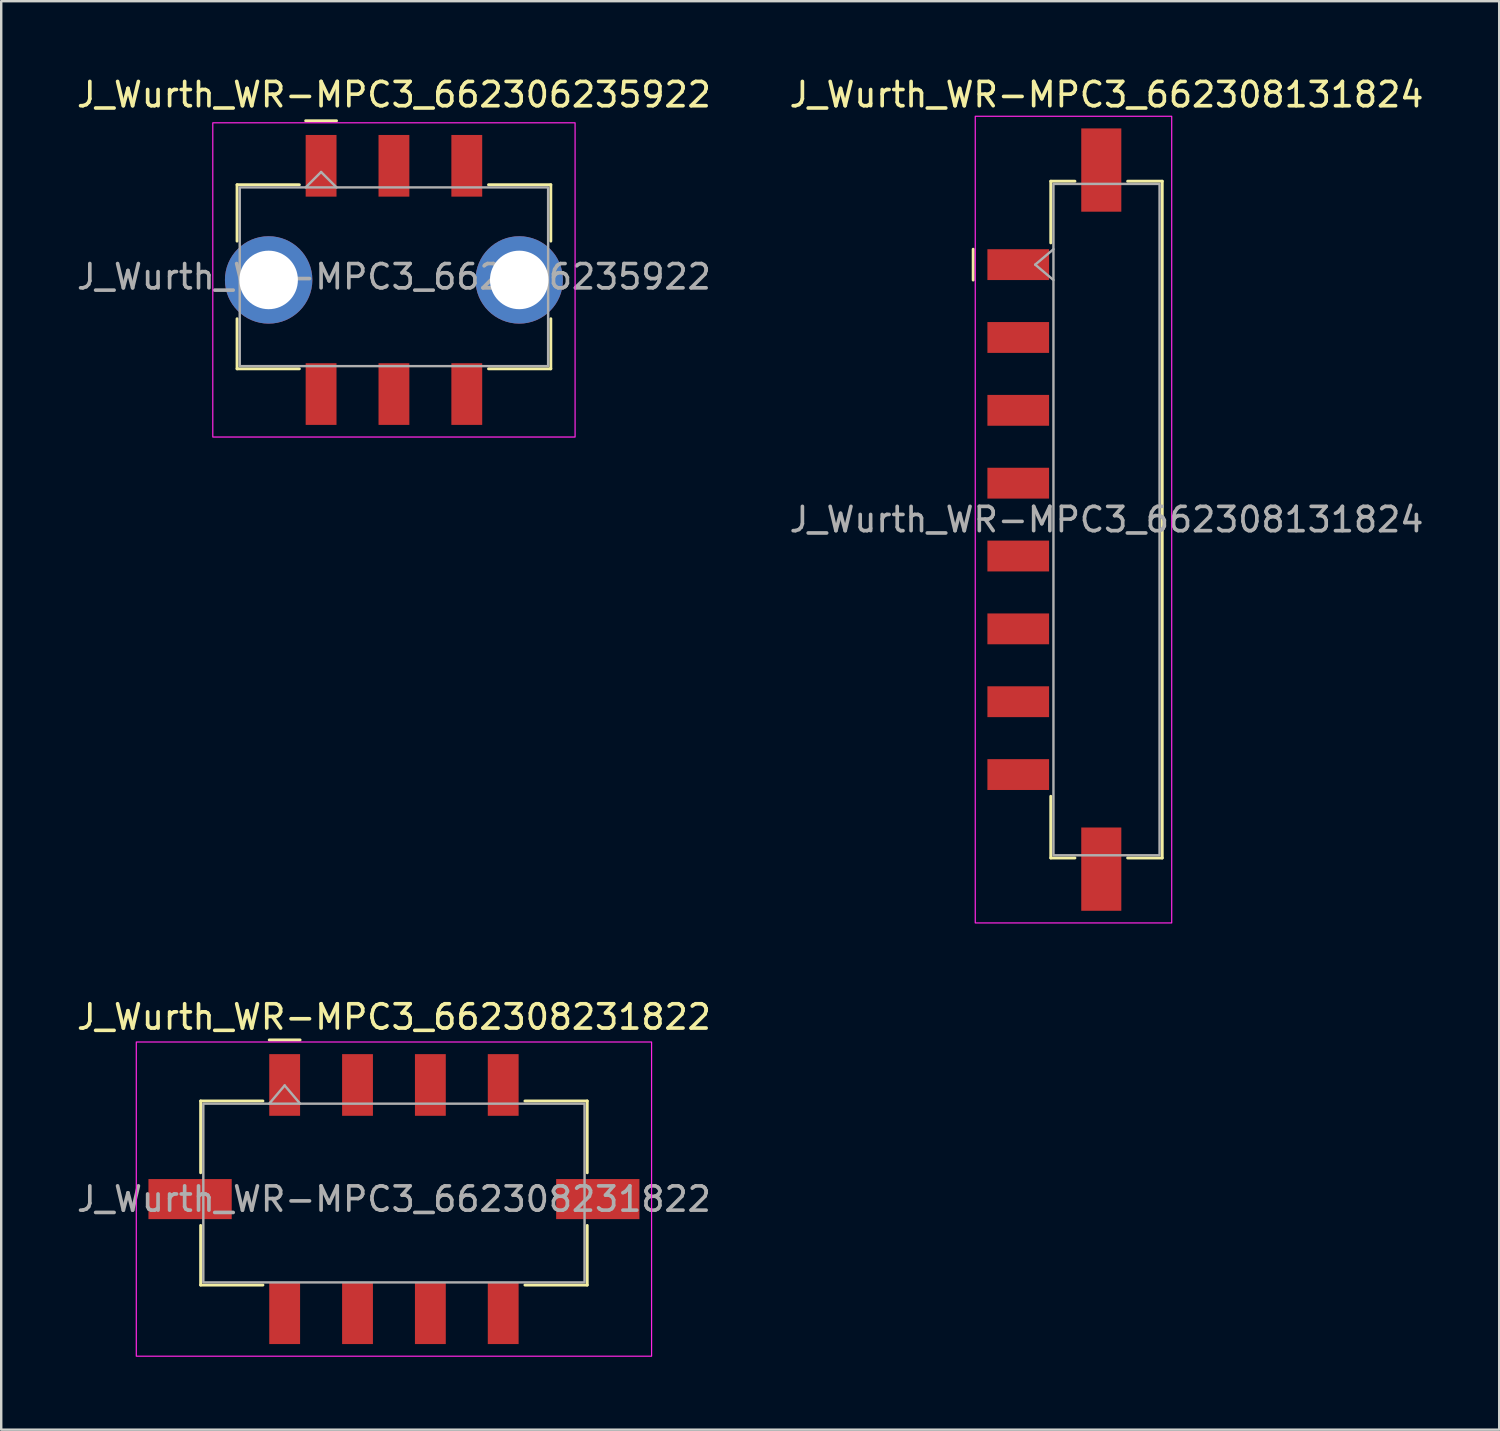
<source format=kicad_pcb>
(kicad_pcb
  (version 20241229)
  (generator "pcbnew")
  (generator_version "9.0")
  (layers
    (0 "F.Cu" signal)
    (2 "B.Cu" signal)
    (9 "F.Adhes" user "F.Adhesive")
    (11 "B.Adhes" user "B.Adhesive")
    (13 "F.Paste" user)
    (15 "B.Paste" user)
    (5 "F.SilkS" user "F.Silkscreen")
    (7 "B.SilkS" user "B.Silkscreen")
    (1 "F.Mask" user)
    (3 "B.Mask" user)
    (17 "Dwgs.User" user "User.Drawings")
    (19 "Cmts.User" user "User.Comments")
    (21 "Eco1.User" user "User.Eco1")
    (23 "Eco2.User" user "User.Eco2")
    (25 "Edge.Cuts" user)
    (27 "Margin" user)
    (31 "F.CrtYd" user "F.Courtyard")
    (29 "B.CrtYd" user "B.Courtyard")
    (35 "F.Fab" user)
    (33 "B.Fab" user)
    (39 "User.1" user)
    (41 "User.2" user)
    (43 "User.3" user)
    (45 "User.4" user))
  (footprint "J_Wurth_WR-MPC3_662308131824"
    (layer "F.Cu")
    (at 42.518 18.348)
    (property "Reference" "J_Wurth_WR-MPC3_662308131824" (at 0 -17.5 0) (unlocked yes) (layer "F.SilkS") (effects (font (size 1 1) (thickness 0.15))))
    (attr smd)
    (fp_line (start -5.49 -9.865) (end -5.49 -11.135) (stroke (width 0.12) (type solid)) (layer "F.SilkS"))
    (fp_line (start -2.295 -13.935) (end -2.295 -11.395) (stroke (width 0.12) (type solid)) (layer "F.SilkS"))
    (fp_line (start -2.295 -13.935) (end -1.3 -13.935) (stroke (width 0.12) (type solid)) (layer "F.SilkS"))
    (fp_line (start -2.295 13.935) (end -2.295 11.395) (stroke (width 0.12) (type default)) (layer "F.SilkS"))
    (fp_line (start -2.295 13.935) (end -1.3 13.935) (stroke (width 0.12) (type solid)) (layer "F.SilkS"))
    (fp_line (start 2.295 -13.935) (end 0.87 -13.935) (stroke (width 0.12) (type default)) (layer "F.SilkS"))
    (fp_line (start 2.295 -13.935) (end 2.295 13.935) (stroke (width 0.12) (type solid)) (layer "F.SilkS"))
    (fp_line (start 2.295 13.935) (end 0.87 13.935) (stroke (width 0.12) (type default)) (layer "F.SilkS"))
    (fp_rect (start -5.405 -16.61) (end 2.685 16.61) (stroke (width 0.05) (type solid)) (fill no) (layer "F.CrtYd"))
    (fp_line (start -2.935 -10.5) (end -2.185 -11.135) (stroke (width 0.1) (type solid)) (layer "F.Fab"))
    (fp_line (start -2.935 -10.5) (end -2.185 -9.865) (stroke (width 0.1) (type solid)) (layer "F.Fab"))
    (fp_rect (start -2.185 -13.825) (end 2.185 13.825) (stroke (width 0.1) (type solid)) (fill no) (layer "F.Fab"))
    (fp_text user "${REFERENCE}" (at 0 0 0) (unlocked yes) (layer "F.Fab") (effects (font (size 1 1) (thickness 0.15))))
    (pad "1" smd rect (at -3.635 -10.5 90) (size 1.27 2.54) (layers "F.Cu" "F.Mask" "F.Paste"))
    (pad "2" smd rect (at -3.635 -7.5 90) (size 1.27 2.54) (layers "F.Cu" "F.Mask" "F.Paste"))
    (pad "3" smd rect (at -3.635 -4.5 90) (size 1.27 2.54) (layers "F.Cu" "F.Mask" "F.Paste"))
    (pad "4" smd rect (at -3.635 -1.5 90) (size 1.27 2.54) (layers "F.Cu" "F.Mask" "F.Paste"))
    (pad "5" smd rect (at -3.635 1.5 90) (size 1.27 2.54) (layers "F.Cu" "F.Mask" "F.Paste"))
    (pad "6" smd rect (at -3.635 4.5 90) (size 1.27 2.54) (layers "F.Cu" "F.Mask" "F.Paste"))
    (pad "7" smd rect (at -3.635 7.5 90) (size 1.27 2.54) (layers "F.Cu" "F.Mask" "F.Paste"))
    (pad "8" smd rect (at -3.635 10.5 90) (size 1.27 2.54) (layers "F.Cu" "F.Mask" "F.Paste"))
    (pad "MP1" smd rect (at -0.215 14.395 90) (size 3.43 1.65) (layers "F.Cu" "F.Mask" "F.Paste"))
    (pad "MP2" smd rect (at -0.215 -14.395 90) (size 3.43 1.65) (layers "F.Cu" "F.Mask" "F.Paste")))
  (footprint "J_Wurth_WR-MPC3_662308231822"
    (layer "F.Cu")
    (at 13.173 46.331)
    (property "Reference" "J_Wurth_WR-MPC3_662308231822" (at 0 -7.5 0) (unlocked yes) (layer "F.SilkS") (effects (font (size 1 1) (thickness 0.15))))
    (attr smd)
    (fp_line (start -7.96 -4.04) (end -5.395 -4.04) (stroke (width 0.12) (type solid)) (layer "F.SilkS"))
    (fp_line (start -7.96 -1.085) (end -7.96 -4.04) (stroke (width 0.12) (type solid)) (layer "F.SilkS"))
    (fp_line (start -7.96 3.54) (end -7.96 1.085) (stroke (width 0.12) (type solid)) (layer "F.SilkS"))
    (fp_line (start -7.96 3.54) (end -5.395 3.54) (stroke (width 0.12) (type solid)) (layer "F.SilkS"))
    (fp_line (start -5.135 -6.555) (end -3.865 -6.555) (stroke (width 0.12) (type solid)) (layer "F.SilkS"))
    (fp_line (start 5.395 -4.04) (end 7.96 -4.04) (stroke (width 0.12) (type solid)) (layer "F.SilkS"))
    (fp_line (start 5.395 3.54) (end 7.96 3.54) (stroke (width 0.12) (type solid)) (layer "F.SilkS"))
    (fp_line (start 7.96 -1.085) (end 7.96 -4.04) (stroke (width 0.12) (type solid)) (layer "F.SilkS"))
    (fp_line (start 7.96 3.54) (end 7.96 1.085) (stroke (width 0.12) (type solid)) (layer "F.SilkS"))
    (fp_rect (start -10.61 -6.47) (end 10.61 6.47) (stroke (width 0.05) (type solid)) (fill no) (layer "F.CrtYd"))
    (fp_line (start -4.5 -4.68) (end -5.135 -3.93) (stroke (width 0.1) (type solid)) (layer "F.Fab"))
    (fp_line (start -4.5 -4.68) (end -3.865 -3.93) (stroke (width 0.1) (type solid)) (layer "F.Fab"))
    (fp_rect (start -7.85 -3.93) (end 7.85 3.43) (stroke (width 0.1) (type solid)) (fill no) (layer "F.Fab"))
    (fp_text user "${REFERENCE}" (at 0 0 0) (unlocked yes) (layer "F.Fab") (effects (font (size 1 1) (thickness 0.15))))
    (pad "1" smd rect (at -4.5 -4.7 180) (size 1.27 2.54) (layers "F.Cu" "F.Mask" "F.Paste"))
    (pad "2" smd rect (at -1.5 -4.7 180) (size 1.27 2.54) (layers "F.Cu" "F.Mask" "F.Paste"))
    (pad "3" smd rect (at 1.5 -4.7 180) (size 1.27 2.54) (layers "F.Cu" "F.Mask" "F.Paste"))
    (pad "4" smd rect (at 4.5 -4.7 180) (size 1.27 2.54) (layers "F.Cu" "F.Mask" "F.Paste"))
    (pad "5" smd rect (at -4.5 4.7 180) (size 1.27 2.54) (layers "F.Cu" "F.Mask" "F.Paste"))
    (pad "6" smd rect (at -1.5 4.7 180) (size 1.27 2.54) (layers "F.Cu" "F.Mask" "F.Paste"))
    (pad "7" smd rect (at 1.5 4.7 180) (size 1.27 2.54) (layers "F.Cu" "F.Mask" "F.Paste"))
    (pad "8" smd rect (at 4.5 4.7 180) (size 1.27 2.54) (layers "F.Cu" "F.Mask" "F.Paste"))
    (pad "MP1" smd rect (at 8.395 0 180) (size 3.43 1.65) (layers "F.Cu" "F.Mask" "F.Paste"))
    (pad "MP2" smd rect (at -8.395 0 180) (size 3.43 1.65) (layers "F.Cu" "F.Mask" "F.Paste")))
  (footprint "J_Wurth_WR-MPC3_662306235922"
    (layer "F.Cu")
    (at 13.173 8.348)
    (property "Reference" "J_Wurth_WR-MPC3_662306235922" (at 0 -7.5 0) (unlocked yes) (layer "F.SilkS") (effects (font (size 1 1) (thickness 0.15))))
    (attr smd)
    (fp_line (start -6.46 -3.79) (end -6.46 -1.468) (stroke (width 0.12) (type default)) (layer "F.SilkS"))
    (fp_line (start -6.46 1.728) (end -6.46 3.79) (stroke (width 0.12) (type default)) (layer "F.SilkS"))
    (fp_line (start -3.895 -3.79) (end -6.46 -3.79) (stroke (width 0.12) (type solid)) (layer "F.SilkS"))
    (fp_line (start -3.895 3.79) (end -6.46 3.79) (stroke (width 0.12) (type solid)) (layer "F.SilkS"))
    (fp_line (start -3.635 -6.425) (end -2.365 -6.425) (stroke (width 0.12) (type solid)) (layer "F.SilkS"))
    (fp_line (start 6.46 -3.79) (end 3.895 -3.79) (stroke (width 0.12) (type solid)) (layer "F.SilkS"))
    (fp_line (start 6.46 -3.79) (end 6.46 -1.468) (stroke (width 0.12) (type default)) (layer "F.SilkS"))
    (fp_line (start 6.46 1.728) (end 6.46 3.79) (stroke (width 0.12) (type default)) (layer "F.SilkS"))
    (fp_line (start 6.46 3.79) (end 3.895 3.79) (stroke (width 0.12) (type solid)) (layer "F.SilkS"))
    (fp_rect (start -7.46 -6.34) (end 7.46 6.6) (stroke (width 0.05) (type solid)) (fill no) (layer "F.CrtYd"))
    (fp_line (start -3 -4.315) (end -3.635 -3.68) (stroke (width 0.1) (type default)) (layer "F.Fab"))
    (fp_line (start -2.365 -3.68) (end -3 -4.315) (stroke (width 0.1) (type default)) (layer "F.Fab"))
    (fp_rect (start -6.35 -3.68) (end 6.35 3.68) (stroke (width 0.1) (type solid)) (fill no) (layer "F.Fab"))
    (fp_text user "${REFERENCE}" (at 0 0 0) (unlocked yes) (layer "F.Fab") (effects (font (size 1 1) (thickness 0.15))))
    (pad "1" smd rect (at -3 -4.57 180) (size 1.27 2.54) (layers "F.Cu" "F.Mask" "F.Paste"))
    (pad "2" smd rect (at 0 -4.57 180) (size 1.27 2.54) (layers "F.Cu" "F.Mask" "F.Paste"))
    (pad "3" smd rect (at 3 -4.57 180) (size 1.27 2.54) (layers "F.Cu" "F.Mask" "F.Paste"))
    (pad "4" smd rect (at -3 4.83 180) (size 1.27 2.54) (layers "F.Cu" "F.Mask" "F.Paste"))
    (pad "5" smd rect (at 0 4.83 180) (size 1.27 2.54) (layers "F.Cu" "F.Mask" "F.Paste"))
    (pad "6" smd rect (at 3 4.83 180) (size 1.27 2.54) (layers "F.Cu" "F.Mask" "F.Paste"))
    (pad "MH1" thru_hole circle (at 5.16 0.13 180) (size 3.6 3.6) (drill 2.41) (layers "*.Cu" "*.Mask"))
    (pad "MH2" thru_hole circle (at -5.16 0.13 180) (size 3.6 3.6) (drill 2.41) (layers "*.Cu" "*.Mask")))
  (gr_rect
    (start -3 -3)
    (end 58.69 55.827)
    (stroke (width 0.1) (type default))
    (fill no)
    (layer "Edge.Cuts")))
</source>
